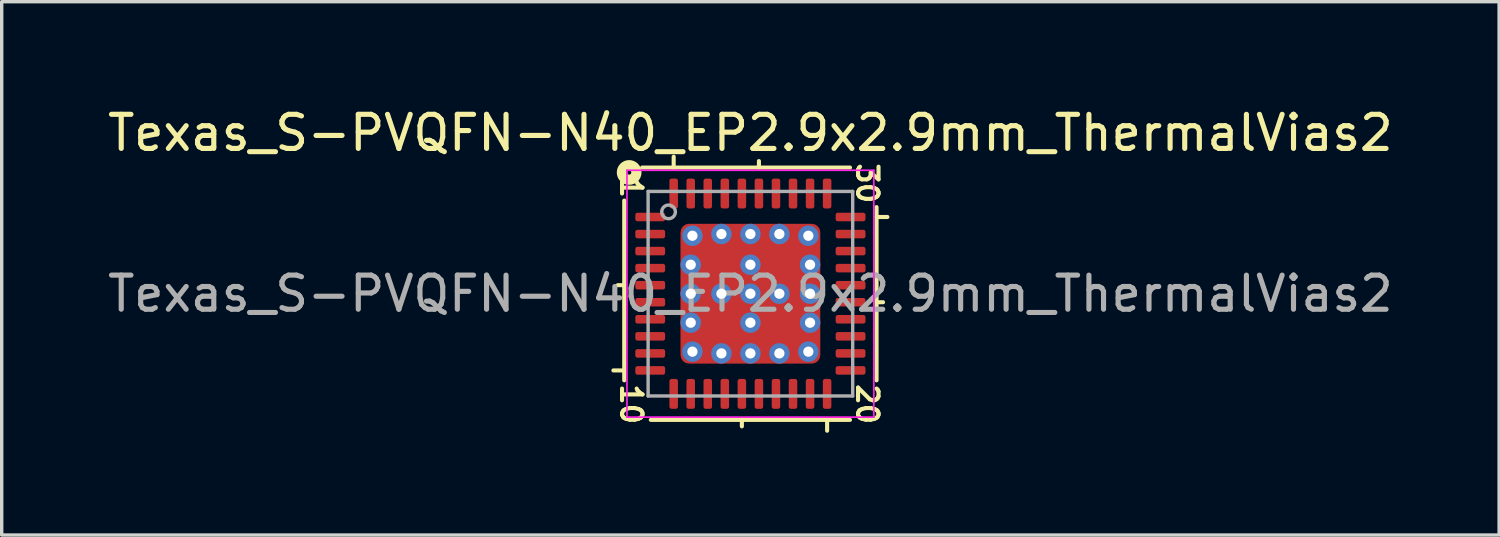
<source format=kicad_pcb>
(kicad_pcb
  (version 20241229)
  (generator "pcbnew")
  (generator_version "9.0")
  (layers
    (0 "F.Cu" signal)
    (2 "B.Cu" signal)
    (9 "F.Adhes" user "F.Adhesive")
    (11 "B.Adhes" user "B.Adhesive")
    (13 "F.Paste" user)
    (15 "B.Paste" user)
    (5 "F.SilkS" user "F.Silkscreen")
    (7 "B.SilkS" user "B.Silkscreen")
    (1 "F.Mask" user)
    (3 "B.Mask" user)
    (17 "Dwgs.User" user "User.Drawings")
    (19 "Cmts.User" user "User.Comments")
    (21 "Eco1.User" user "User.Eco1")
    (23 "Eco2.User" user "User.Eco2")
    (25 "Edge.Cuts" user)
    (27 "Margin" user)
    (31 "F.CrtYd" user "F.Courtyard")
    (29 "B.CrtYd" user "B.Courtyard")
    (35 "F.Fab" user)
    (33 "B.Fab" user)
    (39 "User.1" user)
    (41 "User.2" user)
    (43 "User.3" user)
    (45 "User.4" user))
  (footprint "Texas_S-PVQFN-N40_EP2.9x2.9mm_ThermalVias2"
    (layer "F.Cu")
    (at 18.958 5.564)
    (property "Reference" "Texas_S-PVQFN-N40_EP2.9x2.9mm_ThermalVias2" (at 0 -4.716 0) (layer "F.SilkS") (effects (font (size 1 1) (thickness 0.15))))
    (attr smd)
    (fp_line (start -3.7 -2.731) (end -3.7 2.54) (stroke (width 0.12) (type solid)) (layer "F.SilkS"))
    (fp_line (start -3.7 -0.25) (end -3.89 -0.25) (stroke (width 0.12) (type solid)) (layer "F.SilkS"))
    (fp_line (start -3.7 2.25) (end -4.018 2.25) (stroke (width 0.12) (type solid)) (layer "F.SilkS"))
    (fp_line (start -2.921 3.7) (end 2.921 3.7) (stroke (width 0.12) (type solid)) (layer "F.SilkS"))
    (fp_line (start -2.25 -3.7) (end -2.25 -4.018) (stroke (width 0.12) (type solid)) (layer "F.SilkS"))
    (fp_line (start -0.25 3.7) (end -0.25 3.89) (stroke (width 0.12) (type solid)) (layer "F.SilkS"))
    (fp_line (start 0.25 -3.7) (end 0.25 -3.89) (stroke (width 0.12) (type solid)) (layer "F.SilkS"))
    (fp_line (start 2.25 3.7) (end 2.25 4.018) (stroke (width 0.12) (type solid)) (layer "F.SilkS"))
    (fp_line (start 2.921 -3.7) (end -3.175 -3.7) (stroke (width 0.12) (type solid)) (layer "F.SilkS"))
    (fp_line (start 3.7 -2.25) (end 4.018 -2.25) (stroke (width 0.12) (type solid)) (layer "F.SilkS"))
    (fp_line (start 3.7 0.25) (end 3.89 0.25) (stroke (width 0.12) (type solid)) (layer "F.SilkS"))
    (fp_line (start 3.7 2.54) (end 3.7 -2.54) (stroke (width 0.12) (type solid)) (layer "F.SilkS"))
    (fp_circle (center -3.556 -3.556) (end -3.493 -3.556) (stroke (width 0.3) (type solid)) (fill no) (layer "F.SilkS"))
    (fp_line (start -3.62 -3.62) (end -3.62 3.62) (stroke (width 0.05) (type solid)) (layer "F.CrtYd"))
    (fp_line (start -3.62 3.62) (end 3.62 3.62) (stroke (width 0.05) (type solid)) (layer "F.CrtYd"))
    (fp_line (start 3.62 -3.62) (end -3.62 -3.62) (stroke (width 0.05) (type solid)) (layer "F.CrtYd"))
    (fp_line (start 3.62 3.62) (end 3.62 -3.62) (stroke (width 0.05) (type solid)) (layer "F.CrtYd"))
    (fp_line (start -3 -3) (end 3 -3) (stroke (width 0.1) (type solid)) (layer "F.Fab"))
    (fp_line (start -3 3) (end -3 -3) (stroke (width 0.1) (type solid)) (layer "F.Fab"))
    (fp_line (start 3 -3) (end 3 3) (stroke (width 0.1) (type solid)) (layer "F.Fab"))
    (fp_line (start 3 3) (end -3 3) (stroke (width 0.1) (type solid)) (layer "F.Fab"))
    (fp_circle (center -2.4 -2.4) (end -2.2 -2.4) (stroke (width 0.1) (type solid)) (fill no) (layer "F.Fab"))
    (fp_text user "20" (at 3.429 3.239 270) (unlocked yes) (layer "F.SilkS") (effects (font (size 0.6 0.6) (thickness 0.12))))
    (fp_text user "1" (at -3.493 -3.111 270) (unlocked yes) (layer "F.SilkS") (effects (font (size 0.6 0.6) (thickness 0.12))))
    (fp_text user "30" (at 3.429 -3.239 270) (unlocked yes) (layer "F.SilkS") (effects (font (size 0.6 0.6) (thickness 0.12))))
    (fp_text user "10" (at -3.493 3.239 270) (unlocked yes) (layer "F.SilkS") (effects (font (size 0.6 0.6) (thickness 0.12))))
    (fp_text user "${REFERENCE}" (at 0 0 0) (layer "F.Fab") (effects (font (size 1 1) (thickness 0.15))))
    (pad "" smd roundrect (at -0.875 -0.875) (size 0.85 0.85) (layers "F.Paste") (roundrect_rratio 0.25))
    (pad "" smd roundrect (at -0.875 -0.875 270) (size 1.15 1.15) (layers "F.Mask") (roundrect_rratio 0.217))
    (pad "" smd roundrect (at -0.875 0.875) (size 0.85 0.85) (layers "F.Paste") (roundrect_rratio 0.25))
    (pad "" smd roundrect (at -0.875 0.875 270) (size 1.15 1.15) (layers "F.Mask") (roundrect_rratio 0.217))
    (pad "" smd roundrect (at 0.875 -0.875) (size 0.85 0.85) (layers "F.Paste") (roundrect_rratio 0.25))
    (pad "" smd roundrect (at 0.875 -0.875 270) (size 1.15 1.15) (layers "F.Mask") (roundrect_rratio 0.217))
    (pad "" smd roundrect (at 0.875 0.875) (size 0.85 0.85) (layers "F.Paste") (roundrect_rratio 0.25))
    (pad "" smd roundrect (at 0.875 0.875 270) (size 1.15 1.15) (layers "F.Mask") (roundrect_rratio 0.217))
    (pad "1" smd roundrect (at -2.938 -2.25) (size 0.875 0.25) (layers "F.Cu" "F.Mask" "F.Paste") (roundrect_rratio 0.25))
    (pad "2" smd roundrect (at -2.938 -1.75) (size 0.875 0.25) (layers "F.Cu" "F.Mask" "F.Paste") (roundrect_rratio 0.25))
    (pad "3" smd roundrect (at -2.938 -1.25) (size 0.875 0.25) (layers "F.Cu" "F.Mask" "F.Paste") (roundrect_rratio 0.25))
    (pad "4" smd roundrect (at -2.938 -0.75) (size 0.875 0.25) (layers "F.Cu" "F.Mask" "F.Paste") (roundrect_rratio 0.25))
    (pad "5" smd roundrect (at -2.938 -0.25) (size 0.875 0.25) (layers "F.Cu" "F.Mask" "F.Paste") (roundrect_rratio 0.25))
    (pad "6" smd roundrect (at -2.938 0.25) (size 0.875 0.25) (layers "F.Cu" "F.Mask" "F.Paste") (roundrect_rratio 0.25))
    (pad "7" smd roundrect (at -2.938 0.75) (size 0.875 0.25) (layers "F.Cu" "F.Mask" "F.Paste") (roundrect_rratio 0.25))
    (pad "8" smd roundrect (at -2.938 1.25) (size 0.875 0.25) (layers "F.Cu" "F.Mask" "F.Paste") (roundrect_rratio 0.25))
    (pad "9" smd roundrect (at -2.938 1.75) (size 0.875 0.25) (layers "F.Cu" "F.Mask" "F.Paste") (roundrect_rratio 0.25))
    (pad "10" smd roundrect (at -2.938 2.25) (size 0.875 0.25) (layers "F.Cu" "F.Mask" "F.Paste") (roundrect_rratio 0.25))
    (pad "11" smd roundrect (at -2.25 2.938) (size 0.25 0.875) (layers "F.Cu" "F.Mask" "F.Paste") (roundrect_rratio 0.25))
    (pad "12" smd roundrect (at -1.75 2.938) (size 0.25 0.875) (layers "F.Cu" "F.Mask" "F.Paste") (roundrect_rratio 0.25))
    (pad "13" smd roundrect (at -1.25 2.938) (size 0.25 0.875) (layers "F.Cu" "F.Mask" "F.Paste") (roundrect_rratio 0.25))
    (pad "14" smd roundrect (at -0.75 2.938) (size 0.25 0.875) (layers "F.Cu" "F.Mask" "F.Paste") (roundrect_rratio 0.25))
    (pad "15" smd roundrect (at -0.25 2.938) (size 0.25 0.875) (layers "F.Cu" "F.Mask" "F.Paste") (roundrect_rratio 0.25))
    (pad "16" smd roundrect (at 0.25 2.938) (size 0.25 0.875) (layers "F.Cu" "F.Mask" "F.Paste") (roundrect_rratio 0.25))
    (pad "17" smd roundrect (at 0.75 2.938) (size 0.25 0.875) (layers "F.Cu" "F.Mask" "F.Paste") (roundrect_rratio 0.25))
    (pad "18" smd roundrect (at 1.25 2.938) (size 0.25 0.875) (layers "F.Cu" "F.Mask" "F.Paste") (roundrect_rratio 0.25))
    (pad "19" smd roundrect (at 1.75 2.938) (size 0.25 0.875) (layers "F.Cu" "F.Mask" "F.Paste") (roundrect_rratio 0.25))
    (pad "20" smd roundrect (at 2.25 2.938) (size 0.25 0.875) (layers "F.Cu" "F.Mask" "F.Paste") (roundrect_rratio 0.25))
    (pad "21" smd roundrect (at 2.938 2.25) (size 0.875 0.25) (layers "F.Cu" "F.Mask" "F.Paste") (roundrect_rratio 0.25))
    (pad "22" smd roundrect (at 2.938 1.75) (size 0.875 0.25) (layers "F.Cu" "F.Mask" "F.Paste") (roundrect_rratio 0.25))
    (pad "23" smd roundrect (at 2.938 1.25) (size 0.875 0.25) (layers "F.Cu" "F.Mask" "F.Paste") (roundrect_rratio 0.25))
    (pad "24" smd roundrect (at 2.938 0.75) (size 0.875 0.25) (layers "F.Cu" "F.Mask" "F.Paste") (roundrect_rratio 0.25))
    (pad "25" smd roundrect (at 2.938 0.25) (size 0.875 0.25) (layers "F.Cu" "F.Mask" "F.Paste") (roundrect_rratio 0.25))
    (pad "26" smd roundrect (at 2.938 -0.25) (size 0.875 0.25) (layers "F.Cu" "F.Mask" "F.Paste") (roundrect_rratio 0.25))
    (pad "27" smd roundrect (at 2.938 -0.75) (size 0.875 0.25) (layers "F.Cu" "F.Mask" "F.Paste") (roundrect_rratio 0.25))
    (pad "28" smd roundrect (at 2.938 -1.25) (size 0.875 0.25) (layers "F.Cu" "F.Mask" "F.Paste") (roundrect_rratio 0.25))
    (pad "29" smd roundrect (at 2.938 -1.75) (size 0.875 0.25) (layers "F.Cu" "F.Mask" "F.Paste") (roundrect_rratio 0.25))
    (pad "30" smd roundrect (at 2.938 -2.25) (size 0.875 0.25) (layers "F.Cu" "F.Mask" "F.Paste") (roundrect_rratio 0.25))
    (pad "31" smd roundrect (at 2.25 -2.938) (size 0.25 0.875) (layers "F.Cu" "F.Mask" "F.Paste") (roundrect_rratio 0.25))
    (pad "32" smd roundrect (at 1.75 -2.938) (size 0.25 0.875) (layers "F.Cu" "F.Mask" "F.Paste") (roundrect_rratio 0.25))
    (pad "33" smd roundrect (at 1.25 -2.938) (size 0.25 0.875) (layers "F.Cu" "F.Mask" "F.Paste") (roundrect_rratio 0.25))
    (pad "34" smd roundrect (at 0.75 -2.938) (size 0.25 0.875) (layers "F.Cu" "F.Mask" "F.Paste") (roundrect_rratio 0.25))
    (pad "35" smd roundrect (at 0.25 -2.938) (size 0.25 0.875) (layers "F.Cu" "F.Mask" "F.Paste") (roundrect_rratio 0.25))
    (pad "36" smd roundrect (at -0.25 -2.938) (size 0.25 0.875) (layers "F.Cu" "F.Mask" "F.Paste") (roundrect_rratio 0.25))
    (pad "37" smd roundrect (at -0.75 -2.938) (size 0.25 0.875) (layers "F.Cu" "F.Mask" "F.Paste") (roundrect_rratio 0.25))
    (pad "38" smd roundrect (at -1.25 -2.938) (size 0.25 0.875) (layers "F.Cu" "F.Mask" "F.Paste") (roundrect_rratio 0.25))
    (pad "39" smd roundrect (at -1.75 -2.938) (size 0.25 0.875) (layers "F.Cu" "F.Mask" "F.Paste") (roundrect_rratio 0.25))
    (pad "40" smd roundrect (at -2.25 -2.938) (size 0.25 0.875) (layers "F.Cu" "F.Mask" "F.Paste") (roundrect_rratio 0.25))
    (pad "41" thru_hole circle (at -1.75 -0.85 180) (size 0.6 0.6) (drill 0.3) (property pad_prop_heatsink) (layers "*.Cu" "*.Mask"))
    (pad "41" thru_hole circle (at -1.75 0 180) (size 0.6 0.6) (drill 0.3) (property pad_prop_heatsink) (layers "*.Cu" "*.Mask"))
    (pad "41" thru_hole circle (at -1.75 0.85 180) (size 0.6 0.6) (drill 0.3) (property pad_prop_heatsink) (layers "*.Cu" "*.Mask"))
    (pad "41" thru_hole circle (at -1.7 -1.7 180) (size 0.6 0.6) (drill 0.3) (property pad_prop_heatsink) (layers "*.Cu" "*.Mask"))
    (pad "41" thru_hole circle (at -1.7 1.7 180) (size 0.6 0.6) (drill 0.3) (property pad_prop_heatsink) (layers "*.Cu" "*.Mask"))
    (pad "41" thru_hole circle (at -0.85 -1.75 180) (size 0.6 0.6) (drill 0.3) (property pad_prop_heatsink) (layers "*.Cu" "*.Mask"))
    (pad "41" thru_hole circle (at -0.85 0 180) (size 0.6 0.6) (drill 0.3) (property pad_prop_heatsink) (layers "*.Cu" "*.Mask"))
    (pad "41" thru_hole circle (at -0.85 1.75 180) (size 0.6 0.6) (drill 0.3) (property pad_prop_heatsink) (layers "*.Cu" "*.Mask"))
    (pad "41" thru_hole circle (at 0 -1.75 180) (size 0.6 0.6) (drill 0.3) (property pad_prop_heatsink) (layers "*.Cu" "*.Mask"))
    (pad "41" thru_hole circle (at 0 -0.85 180) (size 0.6 0.6) (drill 0.3) (property pad_prop_heatsink) (layers "*.Cu" "*.Mask"))
    (pad "41" thru_hole circle (at 0 0 180) (size 0.6 0.6) (drill 0.3) (property pad_prop_heatsink) (layers "*.Cu" "*.Mask"))
    (pad "41" smd roundrect (at 0 0) (size 4.1 4.1) (layers "F.Cu") (roundrect_rratio 0.061))
    (pad "41" thru_hole circle (at 0 0.85 180) (size 0.6 0.6) (drill 0.3) (property pad_prop_heatsink) (layers "*.Cu" "*.Mask"))
    (pad "41" thru_hole circle (at 0 1.75 180) (size 0.6 0.6) (drill 0.3) (property pad_prop_heatsink) (layers "*.Cu" "*.Mask"))
    (pad "41" thru_hole circle (at 0.85 -1.75 180) (size 0.6 0.6) (drill 0.3) (property pad_prop_heatsink) (layers "*.Cu" "*.Mask"))
    (pad "41" thru_hole circle (at 0.85 0 180) (size 0.6 0.6) (drill 0.3) (property pad_prop_heatsink) (layers "*.Cu" "*.Mask"))
    (pad "41" thru_hole circle (at 0.85 1.75 180) (size 0.6 0.6) (drill 0.3) (property pad_prop_heatsink) (layers "*.Cu" "*.Mask"))
    (pad "41" thru_hole circle (at 1.7 -1.7 180) (size 0.6 0.6) (drill 0.3) (property pad_prop_heatsink) (layers "*.Cu" "*.Mask"))
    (pad "41" thru_hole circle (at 1.7 1.7 180) (size 0.6 0.6) (drill 0.3) (property pad_prop_heatsink) (layers "*.Cu" "*.Mask"))
    (pad "41" thru_hole circle (at 1.75 -0.85 180) (size 0.6 0.6) (drill 0.3) (property pad_prop_heatsink) (layers "*.Cu" "*.Mask"))
    (pad "41" thru_hole circle (at 1.75 0 180) (size 0.6 0.6) (drill 0.3) (property pad_prop_heatsink) (layers "*.Cu" "*.Mask"))
    (pad "41" thru_hole circle (at 1.75 0.85 180) (size 0.6 0.6) (drill 0.3) (property pad_prop_heatsink) (layers "*.Cu" "*.Mask")))
  (gr_rect
    (start -3 -3)
    (end 40.917 12.642)
    (stroke (width 0.1) (type default))
    (fill no)
    (layer "Edge.Cuts")))
</source>
